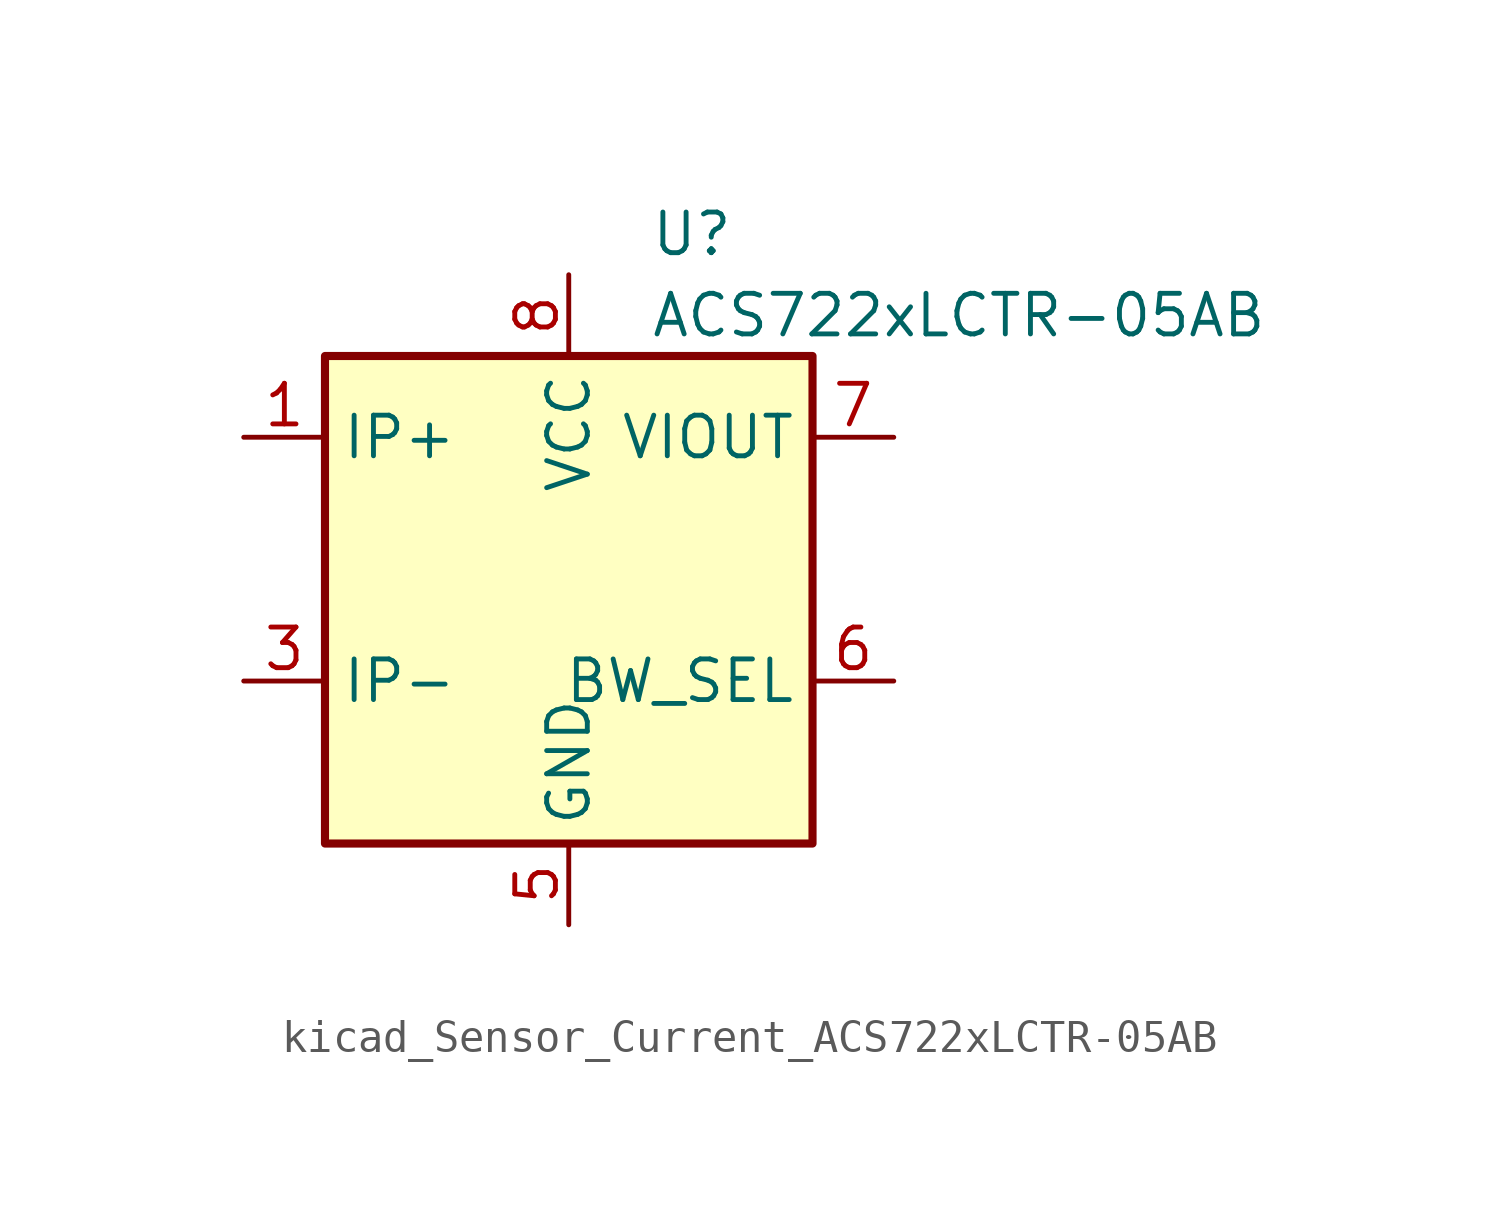
<source format=kicad_sym>
(kicad_symbol_lib
  (version 20220914)
  (generator kicad_symbol_editor)
  (symbol "kicad_Sensor_Current_ACS722xLCTR-05AB"
    (property "Reference" "U"
      (at 2.54 11.43 0)
      (effects (font (size 1.27 1.27)) (justify left)))
    (property "Value" "ACS722xLCTR-05AB"
      (at 2.54 8.89 0)
      (effects (font (size 1.27 1.27)) (justify left)))
    (symbol "kicad_Sensor_Current_ACS722xLCTR-05AB_0_1"
      (rectangle (start -7.62 7.62) (end 7.62 -7.62) (stroke (width 0.254) (type default)) (fill (type background))))
    (symbol "kicad_Sensor_Current_ACS722xLCTR-05AB_1_1"
      (pin passive line (at -10.16 5.08 0) (length 2.54) (name "IP+" (effects (font (size 1.27 1.27)))) (number "1" (effects (font (size 1.27 1.27)))))
      (pin passive line (at -10.16 5.08 0) (length 2.54) hide (name "IP+" (effects (font (size 1.27 1.27)))) (number "2" (effects (font (size 1.27 1.27)))))
      (pin passive line (at -10.16 -2.54 0) (length 2.54) (name "IP-" (effects (font (size 1.27 1.27)))) (number "3" (effects (font (size 1.27 1.27)))))
      (pin passive line (at -10.16 -2.54 0) (length 2.54) hide (name "IP-" (effects (font (size 1.27 1.27)))) (number "4" (effects (font (size 1.27 1.27)))))
      (pin power_in line (at 0 -10.16 90) (length 2.54) (name "GND" (effects (font (size 1.27 1.27)))) (number "5" (effects (font (size 1.27 1.27)))))
      (pin input line (at 10.16 -2.54 180) (length 2.54) (name "BW_SEL" (effects (font (size 1.27 1.27)))) (number "6" (effects (font (size 1.27 1.27)))))
      (pin output line (at 10.16 5.08 180) (length 2.54) (name "VIOUT" (effects (font (size 1.27 1.27)))) (number "7" (effects (font (size 1.27 1.27)))))
      (pin power_in line (at 0 10.16 270) (length 2.54) (name "VCC" (effects (font (size 1.27 1.27)))) (number "8" (effects (font (size 1.27 1.27))))))))
</source>
